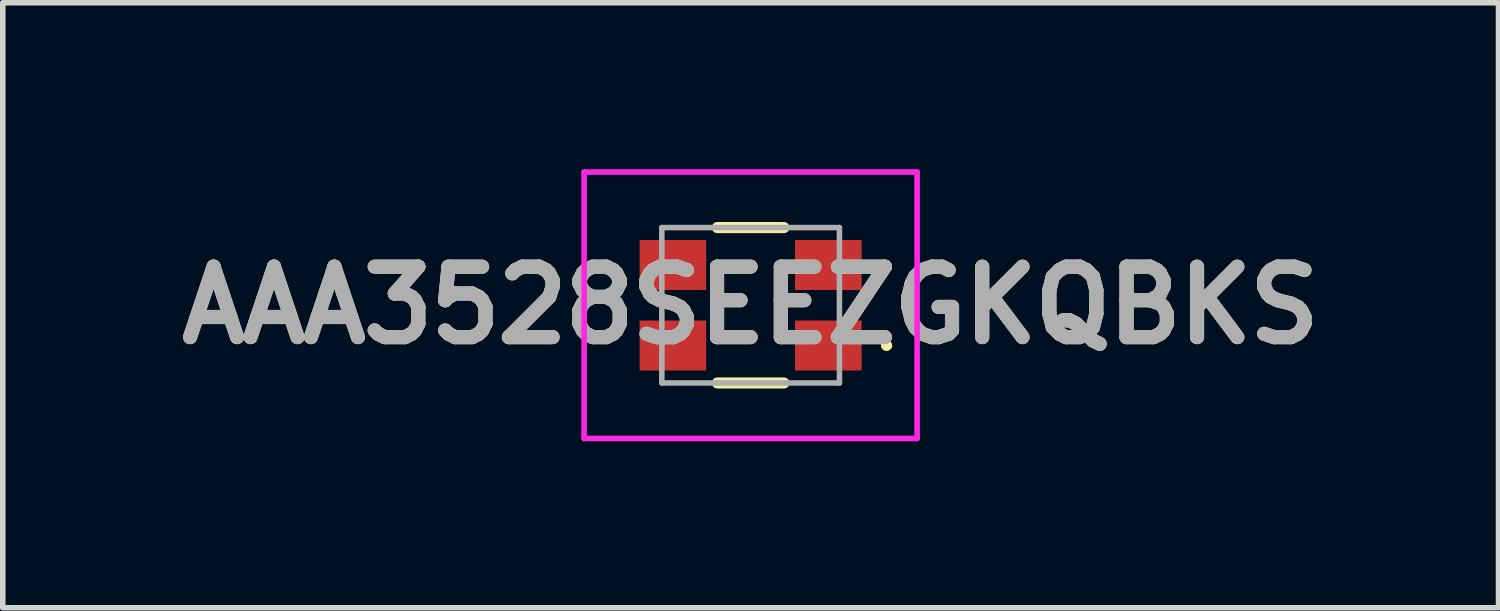
<source format=kicad_pcb>
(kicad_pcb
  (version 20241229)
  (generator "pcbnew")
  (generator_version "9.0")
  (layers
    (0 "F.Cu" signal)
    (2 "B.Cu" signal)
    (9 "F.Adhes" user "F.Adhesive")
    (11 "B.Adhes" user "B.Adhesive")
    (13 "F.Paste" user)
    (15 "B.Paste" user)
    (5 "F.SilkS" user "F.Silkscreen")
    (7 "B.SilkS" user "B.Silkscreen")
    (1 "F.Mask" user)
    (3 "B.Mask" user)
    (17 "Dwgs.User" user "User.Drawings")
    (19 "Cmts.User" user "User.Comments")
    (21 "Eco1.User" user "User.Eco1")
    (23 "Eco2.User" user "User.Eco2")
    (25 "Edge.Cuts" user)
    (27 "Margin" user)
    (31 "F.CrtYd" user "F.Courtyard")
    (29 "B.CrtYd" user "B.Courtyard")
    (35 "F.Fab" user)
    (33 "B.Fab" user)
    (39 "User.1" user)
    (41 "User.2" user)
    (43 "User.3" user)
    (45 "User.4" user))
  (footprint "AAA3528SEEZGKQBKS"
    (layer "F.Cu")
    (at 10.474 2.45)
    (property "Reference" "AAA3528SEEZGKQBKS" (at 0 0 0) (layer "F.SilkS") (effects (font (size 1.27 1.27) (thickness 0.254))))
    (attr smd)
    (fp_line (start -0.6 -1.4) (end 0.6 -1.4) (stroke (width 0.2) (type solid)) (layer "F.SilkS"))
    (fp_line (start 0.6 1.4) (end -0.6 1.4) (stroke (width 0.2) (type solid)) (layer "F.SilkS"))
    (fp_line (start 2.4 0.725) (end 2.4 0.725) (stroke (width 0.1) (type solid)) (layer "F.SilkS"))
    (fp_line (start 2.5 0.725) (end 2.5 0.725) (stroke (width 0.1) (type solid)) (layer "F.SilkS"))
    (fp_arc (start 2.4 0.725) (mid 2.45 0.675) (end 2.5 0.725) (stroke (width 0.1) (type solid)) (layer "F.SilkS"))
    (fp_arc (start 2.5 0.725) (mid 2.45 0.775) (end 2.4 0.725) (stroke (width 0.1) (type solid)) (layer "F.SilkS"))
    (fp_line (start -3 -2.4) (end 3 -2.4) (stroke (width 0.1) (type solid)) (layer "F.CrtYd"))
    (fp_line (start -3 2.4) (end -3 -2.4) (stroke (width 0.1) (type solid)) (layer "F.CrtYd"))
    (fp_line (start 3 -2.4) (end 3 2.4) (stroke (width 0.1) (type solid)) (layer "F.CrtYd"))
    (fp_line (start 3 2.4) (end -3 2.4) (stroke (width 0.1) (type solid)) (layer "F.CrtYd"))
    (fp_line (start -1.6 -1.4) (end -1.6 1.4) (stroke (width 0.1) (type solid)) (layer "F.Fab"))
    (fp_line (start -1.6 1.4) (end 1.6 1.4) (stroke (width 0.1) (type solid)) (layer "F.Fab"))
    (fp_line (start 1.6 -1.4) (end -1.6 -1.4) (stroke (width 0.1) (type solid)) (layer "F.Fab"))
    (fp_line (start 1.6 1.4) (end 1.6 -1.4) (stroke (width 0.1) (type solid)) (layer "F.Fab"))
    (fp_text user "${REFERENCE}" (at 0 0 0) (layer "F.Fab") (effects (font (size 1.27 1.27) (thickness 0.254))))
    (pad "1" smd rect (at 1.4 0.725 90) (size 0.9 1.2) (layers "F.Cu" "F.Mask" "F.Paste"))
    (pad "2" smd rect (at -1.4 0.725 90) (size 0.9 1.2) (layers "F.Cu" "F.Mask" "F.Paste"))
    (pad "3" smd rect (at -1.4 -0.725 90) (size 0.9 1.2) (layers "F.Cu" "F.Mask" "F.Paste"))
    (pad "4" smd rect (at 1.4 -0.725 90) (size 0.9 1.2) (layers "F.Cu" "F.Mask" "F.Paste")))
  (gr_rect
    (start -3 -3)
    (end 23.949 7.9)
    (stroke (width 0.1) (type default))
    (fill no)
    (layer "Edge.Cuts")))
</source>
